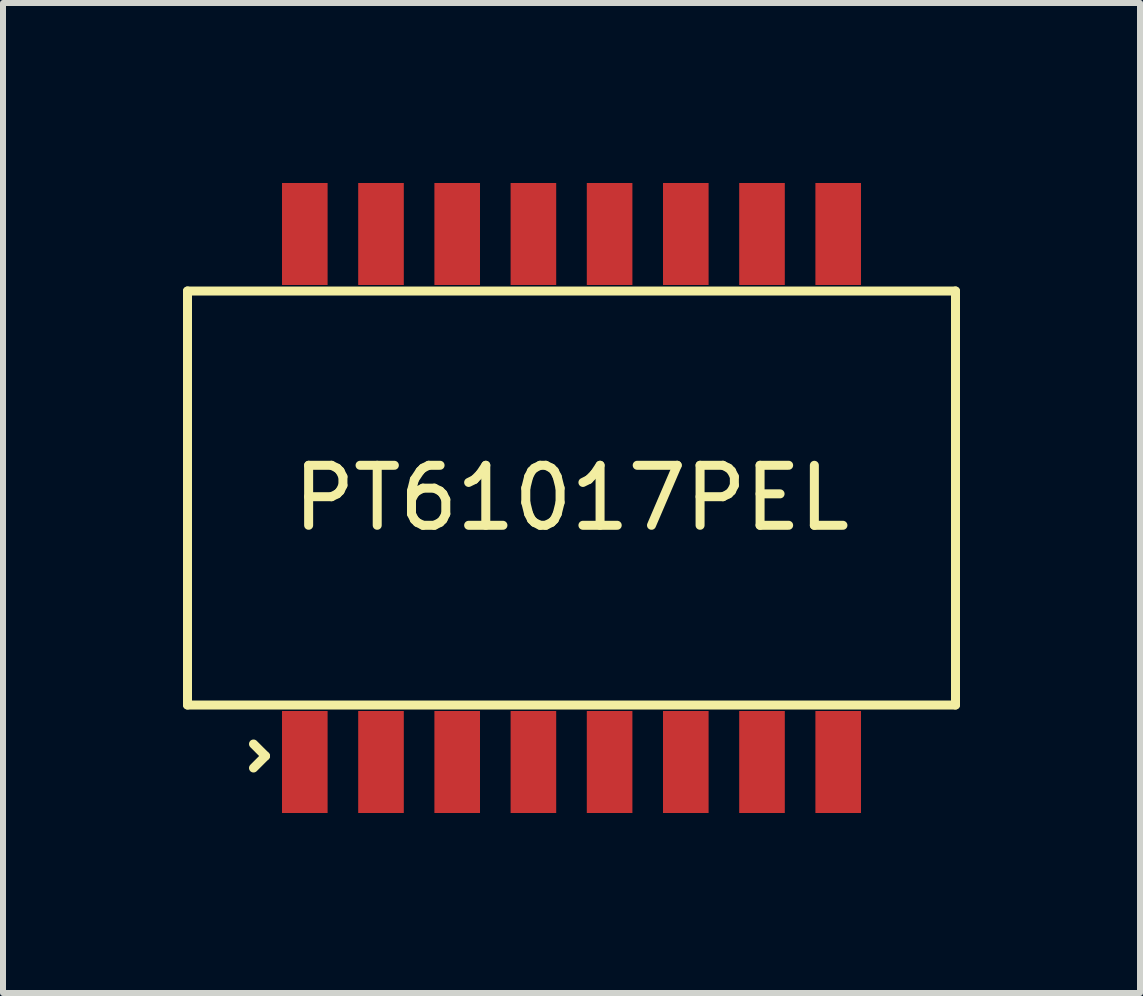
<source format=kicad_pcb>
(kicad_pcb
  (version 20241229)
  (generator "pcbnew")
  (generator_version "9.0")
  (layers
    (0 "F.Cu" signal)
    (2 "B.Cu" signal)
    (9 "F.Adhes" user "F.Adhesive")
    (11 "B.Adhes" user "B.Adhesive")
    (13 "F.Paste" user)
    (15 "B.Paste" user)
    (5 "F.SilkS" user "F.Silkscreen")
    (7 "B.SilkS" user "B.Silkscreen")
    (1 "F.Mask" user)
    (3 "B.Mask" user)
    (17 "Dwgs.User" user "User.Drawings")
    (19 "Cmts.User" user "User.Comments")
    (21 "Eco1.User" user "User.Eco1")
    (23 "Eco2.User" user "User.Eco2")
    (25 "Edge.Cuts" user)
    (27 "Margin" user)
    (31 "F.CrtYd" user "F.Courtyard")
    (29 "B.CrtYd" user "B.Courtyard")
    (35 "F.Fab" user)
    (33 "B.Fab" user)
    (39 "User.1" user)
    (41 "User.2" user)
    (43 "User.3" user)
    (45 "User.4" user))
  (footprint "PT61017PEL"
    (layer "F.Cu")
    (at 6.475 5.25)
    (property "Reference" "PT61017PEL" (at 0 0 0) (layer "F.SilkS") (effects (font (size 1 1) (thickness 0.15))))
    (attr smd)
    (fp_line (start -6.4 -3.45) (end -6.4 3.45) (stroke (width 0.15) (type solid)) (layer "F.SilkS"))
    (fp_line (start -6.4 3.45) (end 6.4 3.45) (stroke (width 0.15) (type solid)) (layer "F.SilkS"))
    (fp_line (start -5.1 4.3) (end -5.3 4.1) (stroke (width 0.15) (type solid)) (layer "F.SilkS"))
    (fp_line (start -5.1 4.3) (end -5.3 4.5) (stroke (width 0.15) (type solid)) (layer "F.SilkS"))
    (fp_line (start 6.4 -3.45) (end -6.4 -3.45) (stroke (width 0.15) (type solid)) (layer "F.SilkS"))
    (fp_line (start 6.4 3.45) (end 6.4 -3.45) (stroke (width 0.15) (type solid)) (layer "F.SilkS"))
    (pad "1" smd rect (at -4.445 4.4) (size 0.76 1.7) (layers "F.Cu" "F.Mask" "F.Paste"))
    (pad "2" smd rect (at -3.175 4.4) (size 0.76 1.7) (layers "F.Cu" "F.Mask" "F.Paste"))
    (pad "3" smd rect (at -1.905 4.4) (size 0.76 1.7) (layers "F.Cu" "F.Mask" "F.Paste"))
    (pad "4" smd rect (at -0.635 4.4) (size 0.76 1.7) (layers "F.Cu" "F.Mask" "F.Paste"))
    (pad "5" smd rect (at 0.635 4.4) (size 0.76 1.7) (layers "F.Cu" "F.Mask" "F.Paste"))
    (pad "6" smd rect (at 1.905 4.4) (size 0.76 1.7) (layers "F.Cu" "F.Mask" "F.Paste"))
    (pad "7" smd rect (at 3.175 4.4) (size 0.76 1.7) (layers "F.Cu" "F.Mask" "F.Paste"))
    (pad "8" smd rect (at 4.445 4.4) (size 0.76 1.7) (layers "F.Cu" "F.Mask" "F.Paste"))
    (pad "9" smd rect (at 4.445 -4.4) (size 0.76 1.7) (layers "F.Cu" "F.Mask" "F.Paste"))
    (pad "10" smd rect (at 3.175 -4.4) (size 0.76 1.7) (layers "F.Cu" "F.Mask" "F.Paste"))
    (pad "11" smd rect (at 1.905 -4.4) (size 0.76 1.7) (layers "F.Cu" "F.Mask" "F.Paste"))
    (pad "12" smd rect (at 0.635 -4.4) (size 0.76 1.7) (layers "F.Cu" "F.Mask" "F.Paste"))
    (pad "13" smd rect (at -0.635 -4.4) (size 0.76 1.7) (layers "F.Cu" "F.Mask" "F.Paste"))
    (pad "14" smd rect (at -1.905 -4.4) (size 0.76 1.7) (layers "F.Cu" "F.Mask" "F.Paste"))
    (pad "15" smd rect (at -3.175 -4.4) (size 0.76 1.7) (layers "F.Cu" "F.Mask" "F.Paste"))
    (pad "16" smd rect (at -4.445 -4.4) (size 0.76 1.7) (layers "F.Cu" "F.Mask" "F.Paste")))
  (gr_rect
    (start -3 -3)
    (end 15.95 13.5)
    (stroke (width 0.1) (type default))
    (fill no)
    (layer "Edge.Cuts")))
</source>
